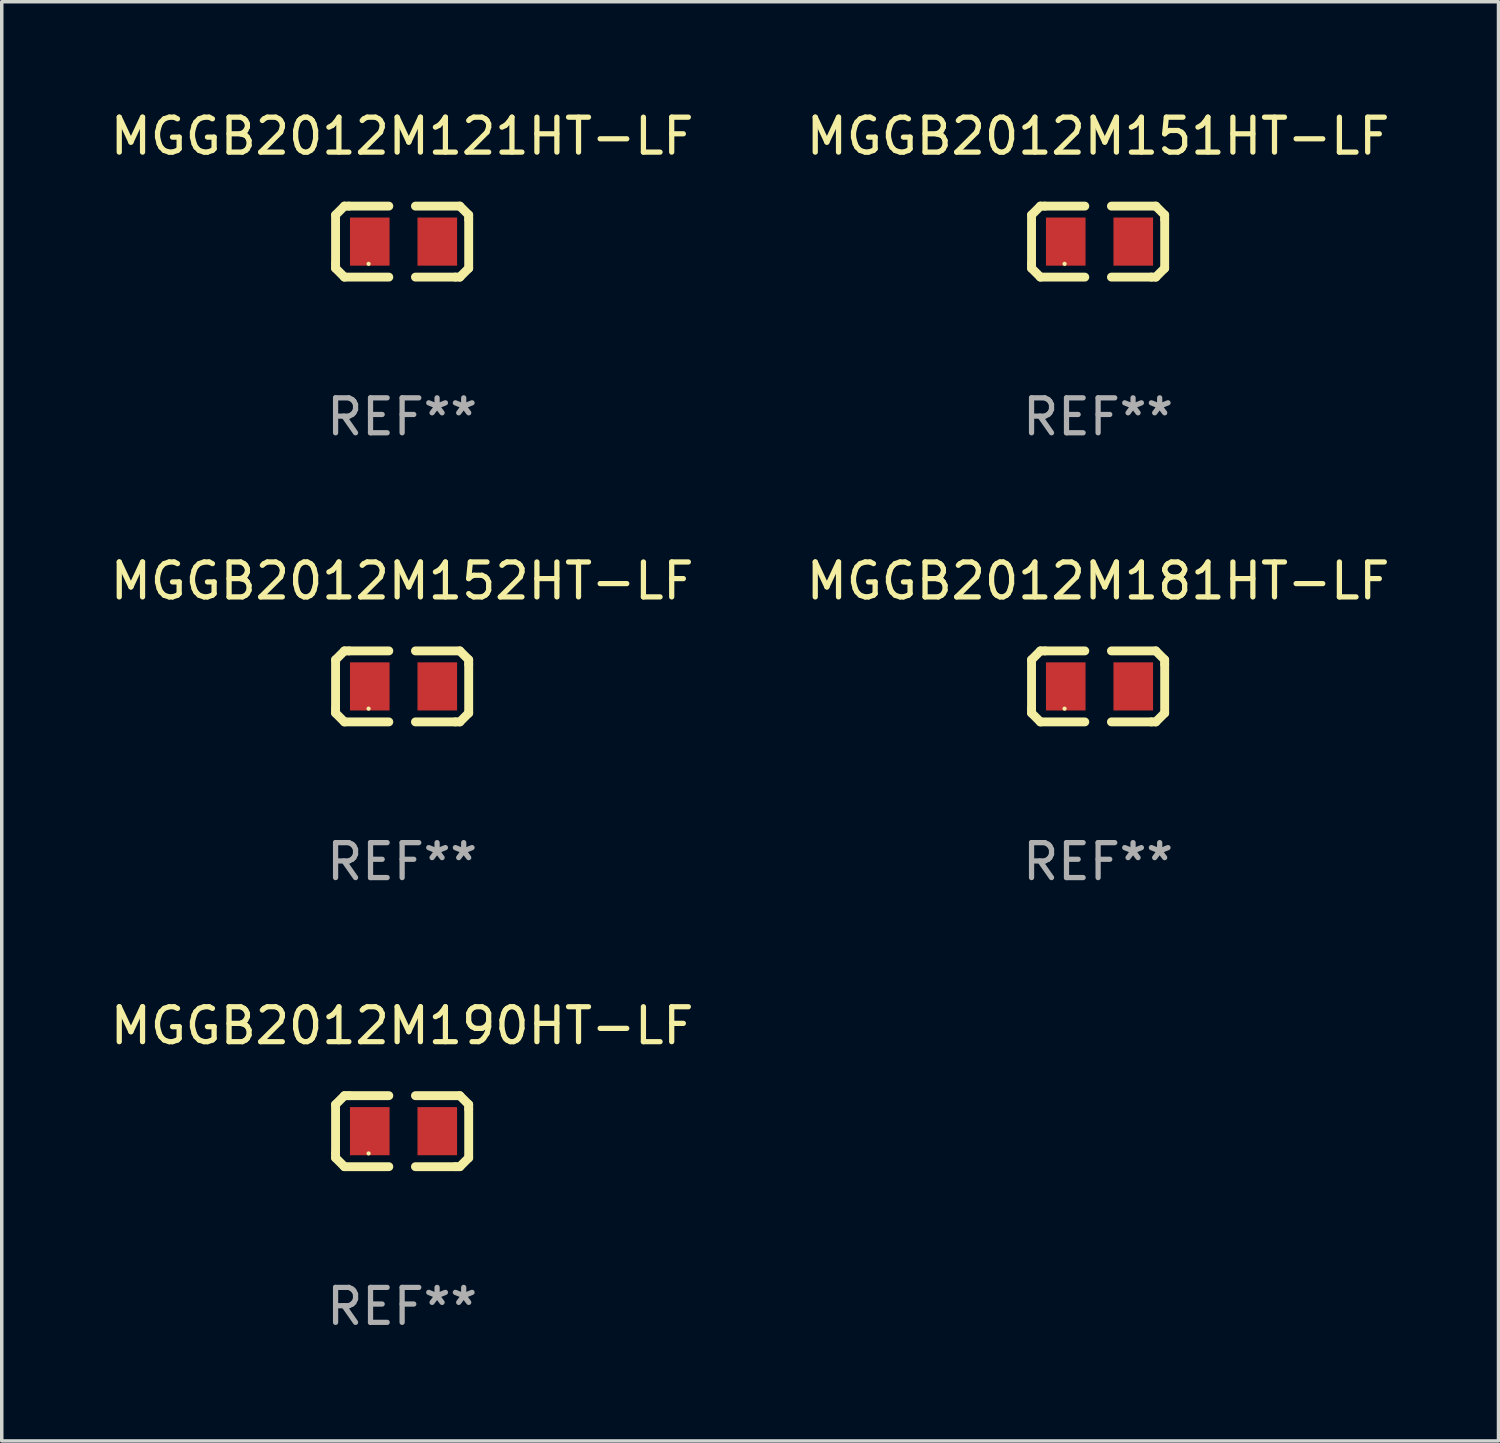
<source format=kicad_pcb>
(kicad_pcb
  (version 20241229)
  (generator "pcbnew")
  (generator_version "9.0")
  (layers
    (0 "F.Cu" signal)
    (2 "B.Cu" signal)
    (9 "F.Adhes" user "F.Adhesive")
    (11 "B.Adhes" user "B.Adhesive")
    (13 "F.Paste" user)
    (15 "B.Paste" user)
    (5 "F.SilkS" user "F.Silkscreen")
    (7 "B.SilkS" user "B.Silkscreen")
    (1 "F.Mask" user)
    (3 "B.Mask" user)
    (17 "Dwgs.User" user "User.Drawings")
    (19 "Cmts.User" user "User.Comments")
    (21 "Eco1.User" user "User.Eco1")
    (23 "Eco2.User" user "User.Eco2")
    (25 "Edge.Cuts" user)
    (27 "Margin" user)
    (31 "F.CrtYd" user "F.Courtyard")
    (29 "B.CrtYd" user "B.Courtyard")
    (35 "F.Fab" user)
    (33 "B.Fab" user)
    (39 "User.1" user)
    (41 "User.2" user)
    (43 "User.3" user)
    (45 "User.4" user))
  (footprint "MGGB2012M181HT-LF"
    (layer "F.Cu")
    (at 28.375 16.593)
    (property "Reference" "MGGB2012M181HT-LF" (at 0 -3.016 0) (layer "F.SilkS") (effects (font (size 1 1) (thickness 0.15))))
    (attr through_hole)
    (fp_line (start -1.905 -0.762) (end -1.905 0.635) (stroke (width 0.254) (type solid)) (layer "F.SilkS"))
    (fp_line (start -1.905 0.635) (end -1.905 0.762) (stroke (width 0.254) (type solid)) (layer "F.SilkS"))
    (fp_line (start -1.905 0.762) (end -1.651 1.016) (stroke (width 0.254) (type solid)) (layer "F.SilkS"))
    (fp_line (start -1.651 -1.016) (end -1.905 -0.762) (stroke (width 0.254) (type solid)) (layer "F.SilkS"))
    (fp_line (start -1.651 1.016) (end -0.381 1.016) (stroke (width 0.254) (type solid)) (layer "F.SilkS"))
    (fp_line (start -1.524 -1.016) (end -1.651 -1.016) (stroke (width 0.254) (type solid)) (layer "F.SilkS"))
    (fp_line (start -0.381 -1.016) (end -1.524 -1.016) (stroke (width 0.254) (type solid)) (layer "F.SilkS"))
    (fp_line (start 0.381 1.016) (end 1.524 1.016) (stroke (width 0.254) (type solid)) (layer "F.SilkS"))
    (fp_line (start 1.524 1.016) (end 1.651 1.016) (stroke (width 0.254) (type solid)) (layer "F.SilkS"))
    (fp_line (start 1.651 -1.016) (end 0.381 -1.016) (stroke (width 0.254) (type solid)) (layer "F.SilkS"))
    (fp_line (start 1.651 1.016) (end 1.905 0.762) (stroke (width 0.254) (type solid)) (layer "F.SilkS"))
    (fp_line (start 1.905 -0.762) (end 1.651 -1.016) (stroke (width 0.254) (type solid)) (layer "F.SilkS"))
    (fp_line (start 1.905 -0.635) (end 1.905 -0.762) (stroke (width 0.254) (type solid)) (layer "F.SilkS"))
    (fp_line (start 1.905 0.762) (end 1.905 -0.635) (stroke (width 0.254) (type solid)) (layer "F.SilkS"))
    (fp_circle (center -0.96 0.637) (end -0.93 0.637) (stroke (width 0.06) (type solid)) (fill no) (layer "F.SilkS"))
    (fp_text user "REF**" (at 0 5.016 0) (layer "F.Fab") (effects (font (size 1 1) (thickness 0.15))))
    (pad "1" smd rect (at -0.926 -0.000051) (size 1.133 1.377) (layers "F.Cu" "F.Mask" "F.Paste"))
    (pad "2" smd rect (at 1.006 -0.000051) (size 1.133 1.377) (layers "F.Cu" "F.Mask" "F.Paste")))
  (footprint "MGGB2012M190HT-LF"
    (layer "F.Cu")
    (at 8.458 29.321)
    (property "Reference" "MGGB2012M190HT-LF" (at 0 -3.016 0) (layer "F.SilkS") (effects (font (size 1 1) (thickness 0.15))))
    (attr through_hole)
    (fp_line (start -1.905 -0.762) (end -1.905 0.635) (stroke (width 0.254) (type solid)) (layer "F.SilkS"))
    (fp_line (start -1.905 0.635) (end -1.905 0.762) (stroke (width 0.254) (type solid)) (layer "F.SilkS"))
    (fp_line (start -1.905 0.762) (end -1.651 1.016) (stroke (width 0.254) (type solid)) (layer "F.SilkS"))
    (fp_line (start -1.651 -1.016) (end -1.905 -0.762) (stroke (width 0.254) (type solid)) (layer "F.SilkS"))
    (fp_line (start -1.651 1.016) (end -0.381 1.016) (stroke (width 0.254) (type solid)) (layer "F.SilkS"))
    (fp_line (start -1.524 -1.016) (end -1.651 -1.016) (stroke (width 0.254) (type solid)) (layer "F.SilkS"))
    (fp_line (start -0.381 -1.016) (end -1.524 -1.016) (stroke (width 0.254) (type solid)) (layer "F.SilkS"))
    (fp_line (start 0.381 1.016) (end 1.524 1.016) (stroke (width 0.254) (type solid)) (layer "F.SilkS"))
    (fp_line (start 1.524 1.016) (end 1.651 1.016) (stroke (width 0.254) (type solid)) (layer "F.SilkS"))
    (fp_line (start 1.651 -1.016) (end 0.381 -1.016) (stroke (width 0.254) (type solid)) (layer "F.SilkS"))
    (fp_line (start 1.651 1.016) (end 1.905 0.762) (stroke (width 0.254) (type solid)) (layer "F.SilkS"))
    (fp_line (start 1.905 -0.762) (end 1.651 -1.016) (stroke (width 0.254) (type solid)) (layer "F.SilkS"))
    (fp_line (start 1.905 -0.635) (end 1.905 -0.762) (stroke (width 0.254) (type solid)) (layer "F.SilkS"))
    (fp_line (start 1.905 0.762) (end 1.905 -0.635) (stroke (width 0.254) (type solid)) (layer "F.SilkS"))
    (fp_circle (center -0.96 0.637) (end -0.93 0.637) (stroke (width 0.06) (type solid)) (fill no) (layer "F.SilkS"))
    (fp_text user "REF**" (at 0 5.016 0) (layer "F.Fab") (effects (font (size 1 1) (thickness 0.15))))
    (pad "1" smd rect (at -0.926 -0.000051) (size 1.133 1.377) (layers "F.Cu" "F.Mask" "F.Paste"))
    (pad "2" smd rect (at 1.006 -0.000051) (size 1.133 1.377) (layers "F.Cu" "F.Mask" "F.Paste")))
  (footprint "MGGB2012M121HT-LF"
    (layer "F.Cu")
    (at 8.458 3.864)
    (property "Reference" "MGGB2012M121HT-LF" (at 0 -3.016 0) (layer "F.SilkS") (effects (font (size 1 1) (thickness 0.15))))
    (attr through_hole)
    (fp_line (start -1.905 -0.762) (end -1.905 0.635) (stroke (width 0.254) (type solid)) (layer "F.SilkS"))
    (fp_line (start -1.905 0.635) (end -1.905 0.762) (stroke (width 0.254) (type solid)) (layer "F.SilkS"))
    (fp_line (start -1.905 0.762) (end -1.651 1.016) (stroke (width 0.254) (type solid)) (layer "F.SilkS"))
    (fp_line (start -1.651 -1.016) (end -1.905 -0.762) (stroke (width 0.254) (type solid)) (layer "F.SilkS"))
    (fp_line (start -1.651 1.016) (end -0.381 1.016) (stroke (width 0.254) (type solid)) (layer "F.SilkS"))
    (fp_line (start -1.524 -1.016) (end -1.651 -1.016) (stroke (width 0.254) (type solid)) (layer "F.SilkS"))
    (fp_line (start -0.381 -1.016) (end -1.524 -1.016) (stroke (width 0.254) (type solid)) (layer "F.SilkS"))
    (fp_line (start 0.381 1.016) (end 1.524 1.016) (stroke (width 0.254) (type solid)) (layer "F.SilkS"))
    (fp_line (start 1.524 1.016) (end 1.651 1.016) (stroke (width 0.254) (type solid)) (layer "F.SilkS"))
    (fp_line (start 1.651 -1.016) (end 0.381 -1.016) (stroke (width 0.254) (type solid)) (layer "F.SilkS"))
    (fp_line (start 1.651 1.016) (end 1.905 0.762) (stroke (width 0.254) (type solid)) (layer "F.SilkS"))
    (fp_line (start 1.905 -0.762) (end 1.651 -1.016) (stroke (width 0.254) (type solid)) (layer "F.SilkS"))
    (fp_line (start 1.905 -0.635) (end 1.905 -0.762) (stroke (width 0.254) (type solid)) (layer "F.SilkS"))
    (fp_line (start 1.905 0.762) (end 1.905 -0.635) (stroke (width 0.254) (type solid)) (layer "F.SilkS"))
    (fp_circle (center -0.96 0.637) (end -0.93 0.637) (stroke (width 0.06) (type solid)) (fill no) (layer "F.SilkS"))
    (fp_text user "REF**" (at 0 5.016 0) (layer "F.Fab") (effects (font (size 1 1) (thickness 0.15))))
    (pad "1" smd rect (at -0.926 -0.000051) (size 1.133 1.377) (layers "F.Cu" "F.Mask" "F.Paste"))
    (pad "2" smd rect (at 1.006 -0.000051) (size 1.133 1.377) (layers "F.Cu" "F.Mask" "F.Paste")))
  (footprint "MGGB2012M152HT-LF"
    (layer "F.Cu")
    (at 8.458 16.593)
    (property "Reference" "MGGB2012M152HT-LF" (at 0 -3.016 0) (layer "F.SilkS") (effects (font (size 1 1) (thickness 0.15))))
    (attr through_hole)
    (fp_line (start -1.905 -0.762) (end -1.905 0.635) (stroke (width 0.254) (type solid)) (layer "F.SilkS"))
    (fp_line (start -1.905 0.635) (end -1.905 0.762) (stroke (width 0.254) (type solid)) (layer "F.SilkS"))
    (fp_line (start -1.905 0.762) (end -1.651 1.016) (stroke (width 0.254) (type solid)) (layer "F.SilkS"))
    (fp_line (start -1.651 -1.016) (end -1.905 -0.762) (stroke (width 0.254) (type solid)) (layer "F.SilkS"))
    (fp_line (start -1.651 1.016) (end -0.381 1.016) (stroke (width 0.254) (type solid)) (layer "F.SilkS"))
    (fp_line (start -1.524 -1.016) (end -1.651 -1.016) (stroke (width 0.254) (type solid)) (layer "F.SilkS"))
    (fp_line (start -0.381 -1.016) (end -1.524 -1.016) (stroke (width 0.254) (type solid)) (layer "F.SilkS"))
    (fp_line (start 0.381 1.016) (end 1.524 1.016) (stroke (width 0.254) (type solid)) (layer "F.SilkS"))
    (fp_line (start 1.524 1.016) (end 1.651 1.016) (stroke (width 0.254) (type solid)) (layer "F.SilkS"))
    (fp_line (start 1.651 -1.016) (end 0.381 -1.016) (stroke (width 0.254) (type solid)) (layer "F.SilkS"))
    (fp_line (start 1.651 1.016) (end 1.905 0.762) (stroke (width 0.254) (type solid)) (layer "F.SilkS"))
    (fp_line (start 1.905 -0.762) (end 1.651 -1.016) (stroke (width 0.254) (type solid)) (layer "F.SilkS"))
    (fp_line (start 1.905 -0.635) (end 1.905 -0.762) (stroke (width 0.254) (type solid)) (layer "F.SilkS"))
    (fp_line (start 1.905 0.762) (end 1.905 -0.635) (stroke (width 0.254) (type solid)) (layer "F.SilkS"))
    (fp_circle (center -0.96 0.637) (end -0.93 0.637) (stroke (width 0.06) (type solid)) (fill no) (layer "F.SilkS"))
    (fp_text user "REF**" (at 0 5.016 0) (layer "F.Fab") (effects (font (size 1 1) (thickness 0.15))))
    (pad "1" smd rect (at -0.926 -0.000051) (size 1.133 1.377) (layers "F.Cu" "F.Mask" "F.Paste"))
    (pad "2" smd rect (at 1.006 -0.000051) (size 1.133 1.377) (layers "F.Cu" "F.Mask" "F.Paste")))
  (footprint "MGGB2012M151HT-LF"
    (layer "F.Cu")
    (at 28.375 3.864)
    (property "Reference" "MGGB2012M151HT-LF" (at 0 -3.016 0) (layer "F.SilkS") (effects (font (size 1 1) (thickness 0.15))))
    (attr through_hole)
    (fp_line (start -1.905 -0.762) (end -1.905 0.635) (stroke (width 0.254) (type solid)) (layer "F.SilkS"))
    (fp_line (start -1.905 0.635) (end -1.905 0.762) (stroke (width 0.254) (type solid)) (layer "F.SilkS"))
    (fp_line (start -1.905 0.762) (end -1.651 1.016) (stroke (width 0.254) (type solid)) (layer "F.SilkS"))
    (fp_line (start -1.651 -1.016) (end -1.905 -0.762) (stroke (width 0.254) (type solid)) (layer "F.SilkS"))
    (fp_line (start -1.651 1.016) (end -0.381 1.016) (stroke (width 0.254) (type solid)) (layer "F.SilkS"))
    (fp_line (start -1.524 -1.016) (end -1.651 -1.016) (stroke (width 0.254) (type solid)) (layer "F.SilkS"))
    (fp_line (start -0.381 -1.016) (end -1.524 -1.016) (stroke (width 0.254) (type solid)) (layer "F.SilkS"))
    (fp_line (start 0.381 1.016) (end 1.524 1.016) (stroke (width 0.254) (type solid)) (layer "F.SilkS"))
    (fp_line (start 1.524 1.016) (end 1.651 1.016) (stroke (width 0.254) (type solid)) (layer "F.SilkS"))
    (fp_line (start 1.651 -1.016) (end 0.381 -1.016) (stroke (width 0.254) (type solid)) (layer "F.SilkS"))
    (fp_line (start 1.651 1.016) (end 1.905 0.762) (stroke (width 0.254) (type solid)) (layer "F.SilkS"))
    (fp_line (start 1.905 -0.762) (end 1.651 -1.016) (stroke (width 0.254) (type solid)) (layer "F.SilkS"))
    (fp_line (start 1.905 -0.635) (end 1.905 -0.762) (stroke (width 0.254) (type solid)) (layer "F.SilkS"))
    (fp_line (start 1.905 0.762) (end 1.905 -0.635) (stroke (width 0.254) (type solid)) (layer "F.SilkS"))
    (fp_circle (center -0.96 0.637) (end -0.93 0.637) (stroke (width 0.06) (type solid)) (fill no) (layer "F.SilkS"))
    (fp_text user "REF**" (at 0 5.016 0) (layer "F.Fab") (effects (font (size 1 1) (thickness 0.15))))
    (pad "1" smd rect (at -0.926 -0.000051) (size 1.133 1.377) (layers "F.Cu" "F.Mask" "F.Paste"))
    (pad "2" smd rect (at 1.006 -0.000051) (size 1.133 1.377) (layers "F.Cu" "F.Mask" "F.Paste")))
  (gr_rect
    (start -3 -3)
    (end 39.833 38.186)
    (stroke (width 0.1) (type default))
    (fill no)
    (layer "Edge.Cuts")))
</source>
